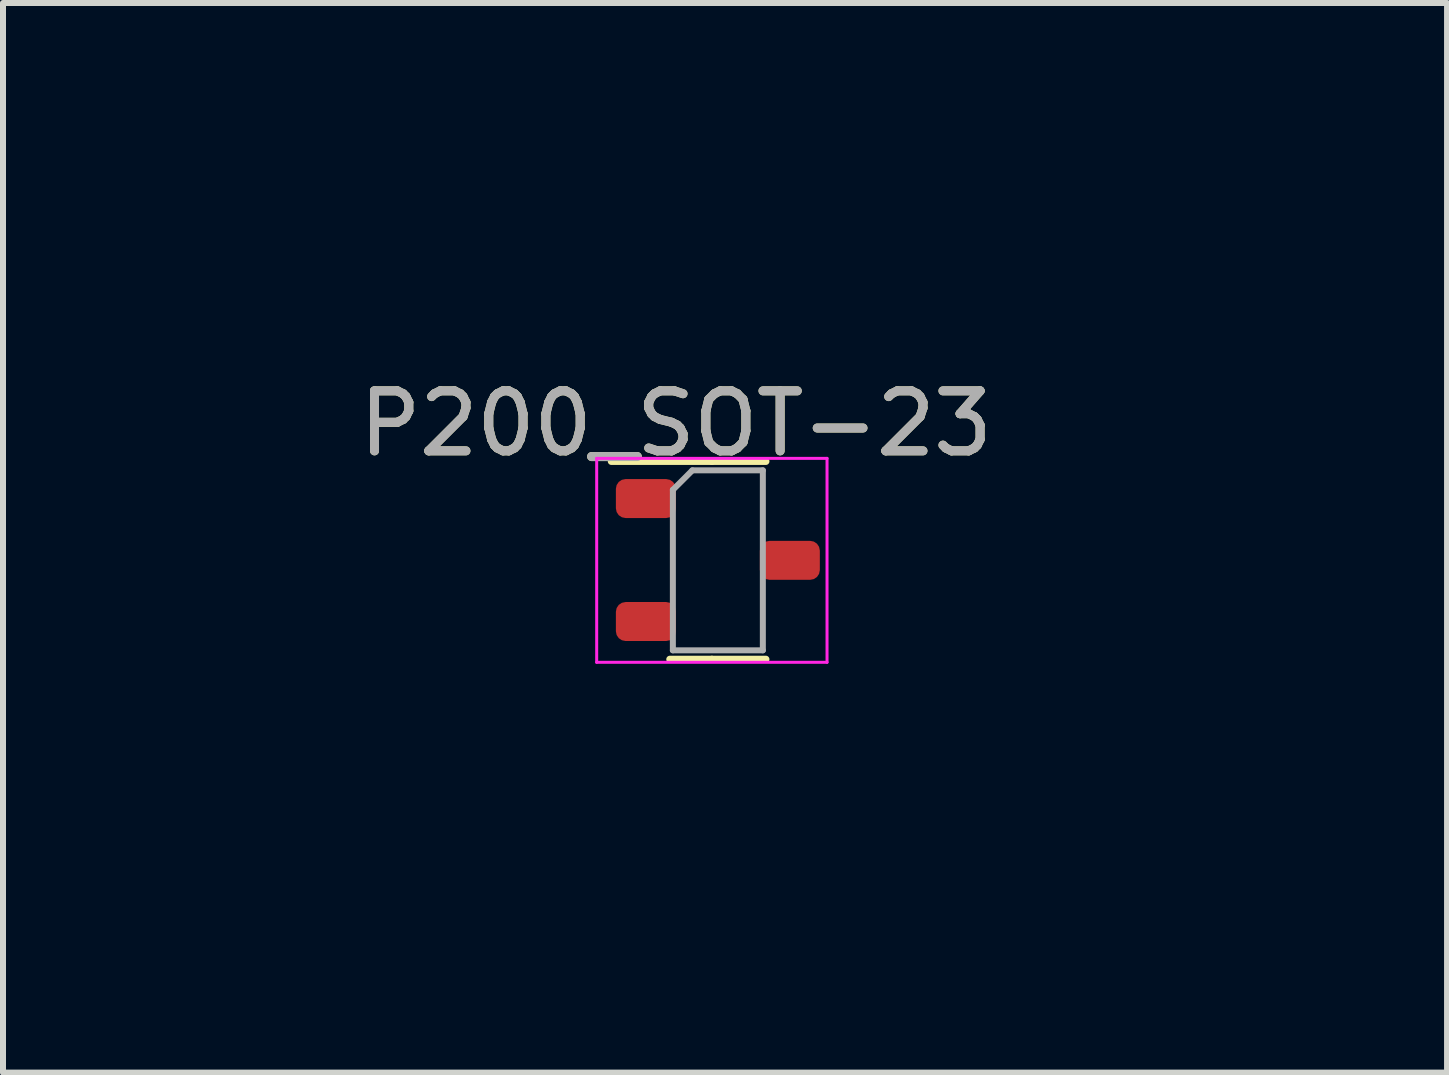
<source format=kicad_pcb>
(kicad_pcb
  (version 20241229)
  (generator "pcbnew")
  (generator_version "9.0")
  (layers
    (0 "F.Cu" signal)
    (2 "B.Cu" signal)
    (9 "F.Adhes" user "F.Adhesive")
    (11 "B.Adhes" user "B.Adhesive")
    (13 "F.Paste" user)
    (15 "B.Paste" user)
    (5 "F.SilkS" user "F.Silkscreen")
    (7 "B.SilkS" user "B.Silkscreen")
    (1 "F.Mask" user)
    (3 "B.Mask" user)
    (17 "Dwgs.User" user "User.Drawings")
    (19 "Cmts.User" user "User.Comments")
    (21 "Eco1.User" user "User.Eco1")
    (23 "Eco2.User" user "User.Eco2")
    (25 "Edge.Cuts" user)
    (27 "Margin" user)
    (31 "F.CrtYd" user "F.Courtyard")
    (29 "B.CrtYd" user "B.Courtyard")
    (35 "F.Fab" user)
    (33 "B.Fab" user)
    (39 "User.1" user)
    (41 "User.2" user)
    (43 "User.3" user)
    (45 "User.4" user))
  (footprint "P200_SOT-23"
    (layer "F.Cu")
    (at 7.717 5.261)
    (property "Reference" "P200_SOT-23" (at 0.5 -1.25 0) (layer "F.SilkS") (effects (font (size 1 1) (thickness 0.15))))
    (attr smd)
    (fp_line (start 1.1 -0.62) (end -0.575 -0.62) (stroke (width 0.12) (type solid)) (layer "F.SilkS"))
    (fp_line (start 1.1 -0.62) (end 2 -0.62) (stroke (width 0.12) (type solid)) (layer "F.SilkS"))
    (fp_line (start 1.1 2.68) (end 0.4 2.68) (stroke (width 0.12) (type solid)) (layer "F.SilkS"))
    (fp_line (start 1.1 2.68) (end 2 2.68) (stroke (width 0.12) (type solid)) (layer "F.SilkS"))
    (fp_line (start -0.82 -0.67) (end -0.82 2.73) (stroke (width 0.05) (type solid)) (layer "F.CrtYd"))
    (fp_line (start -0.82 2.73) (end 3.02 2.73) (stroke (width 0.05) (type solid)) (layer "F.CrtYd"))
    (fp_line (start 3.02 -0.67) (end -0.82 -0.67) (stroke (width 0.05) (type solid)) (layer "F.CrtYd"))
    (fp_line (start 3.02 2.73) (end 3.02 -0.67) (stroke (width 0.05) (type solid)) (layer "F.CrtYd"))
    (fp_line (start 0.45 -0.145) (end 0.775 -0.47) (stroke (width 0.1) (type solid)) (layer "F.Fab"))
    (fp_line (start 0.45 2.53) (end 0.45 -0.145) (stroke (width 0.1) (type solid)) (layer "F.Fab"))
    (fp_line (start 0.775 -0.47) (end 1.95 -0.47) (stroke (width 0.1) (type solid)) (layer "F.Fab"))
    (fp_line (start 1.95 -0.47) (end 1.95 2.53) (stroke (width 0.1) (type solid)) (layer "F.Fab"))
    (fp_line (start 1.95 2.53) (end 0.45 2.53) (stroke (width 0.1) (type solid)) (layer "F.Fab"))
    (fp_text user "${REFERENCE}" (at 0.5 -1.25 0) (layer "F.Fab") (effects (font (size 1 1) (thickness 0.15))))
    (dimension (type aligned) (layer "User.1") (pts (xy 10.117 5.965) (xy 10.117 6.615)) (height -5.38) (format (prefix "") (suffix "") (units 2) (units_format 0) (precision 2)) (style (thickness 0.01) (arrow_length 0.2) (text_position_mode 2) (arrow_direction outward) (extension_height 0.2) (extension_offset 0) (keep_text_aligned yes)) (gr_text "0.65" (at 16.357 6.29 90) (layer "User.1") (effects (font (size 1 1) (thickness 0.1)))))
    (dimension (type aligned) (layer "User.1") (pts (xy 7.717 5.261) (xy 7.717 7.311)) (height 4.88) (format (prefix "") (suffix "") (units 2) (units_format 0) (precision 2)) (style (thickness 0.01) (arrow_length 0.3) (text_position_mode 2) (arrow_direction outward) (extension_height 0.2) (extension_offset 0) (keep_text_aligned yes)) (gr_text "2.05" (at 1.717 6.285 90) (layer "User.1") (effects (font (size 1 1) (thickness 0.1)))))
    (dimension (type aligned) (layer "User.1") (pts (xy 10.117 6.29) (xy 7.717 6.29)) (height 4.54) (format (prefix "") (suffix "") (units 2) (units_format 0) (precision 2)) (style (thickness 0.01) (arrow_length 0.3) (text_position_mode 2) (arrow_direction outward) (extension_height 0.3) (extension_offset 0) (keep_text_aligned yes)) (gr_text "2.40" (at 8.917 0.76 0) (layer "User.1") (effects (font (size 1 1) (thickness 0.1)))))
    (dimension (type aligned) (layer "User.1") (pts (xy 9.617 6.29) (xy 10.617 6.29)) (height 3.76) (format (prefix "") (suffix "") (units 2) (units_format 0) (precision 2)) (style (thickness 0.01) (arrow_length 0.3) (text_position_mode 2) (arrow_direction outward) (extension_height 0.2) (extension_offset 0) (keep_text_aligned yes)) (gr_text "1.00" (at 10.087 11.07 0) (layer "User.1") (effects (font (size 1 1) (thickness 0.1)))))
    (pad "1" smd roundrect (at 0 0) (size 1 0.65) (layers "F.Cu" "F.Mask" "F.Paste") (roundrect_rratio 0.25))
    (pad "2" smd roundrect (at 0 2.05) (size 1 0.65) (layers "F.Cu" "F.Mask" "F.Paste") (roundrect_rratio 0.25))
    (pad "3" smd roundrect (at 2.4 1.03) (size 1 0.65) (layers "F.Cu" "F.Mask" "F.Paste") (roundrect_rratio 0.25)))
  (gr_rect
    (start -3 -3)
    (end 21.073 14.831)
    (stroke (width 0.1) (type default))
    (fill no)
    (layer "Edge.Cuts")))
</source>
